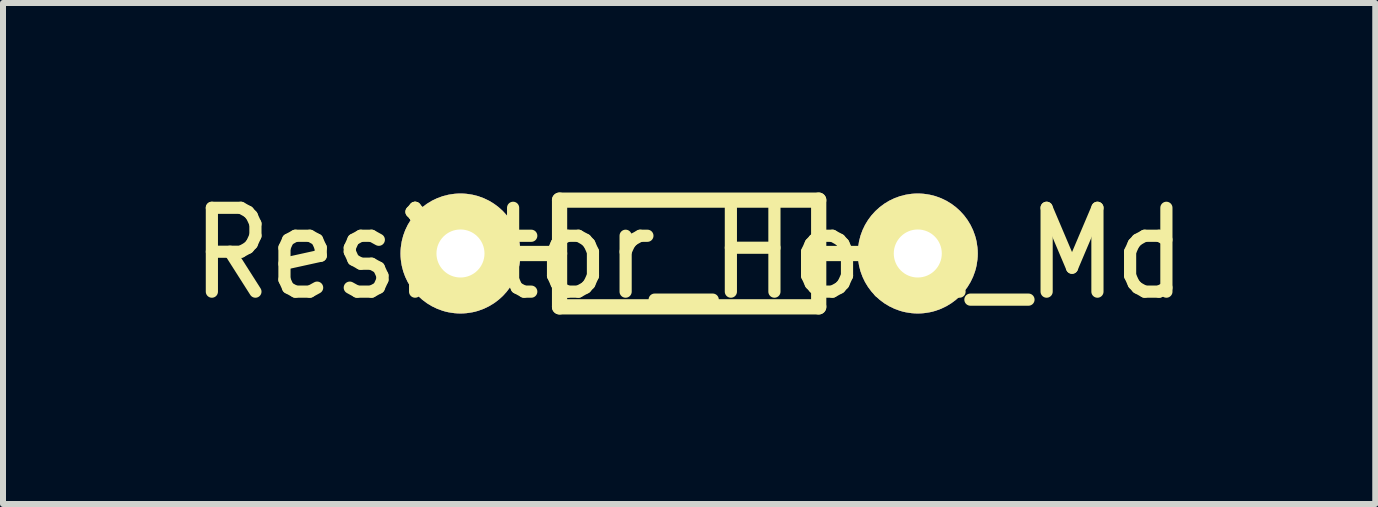
<source format=kicad_pcb>
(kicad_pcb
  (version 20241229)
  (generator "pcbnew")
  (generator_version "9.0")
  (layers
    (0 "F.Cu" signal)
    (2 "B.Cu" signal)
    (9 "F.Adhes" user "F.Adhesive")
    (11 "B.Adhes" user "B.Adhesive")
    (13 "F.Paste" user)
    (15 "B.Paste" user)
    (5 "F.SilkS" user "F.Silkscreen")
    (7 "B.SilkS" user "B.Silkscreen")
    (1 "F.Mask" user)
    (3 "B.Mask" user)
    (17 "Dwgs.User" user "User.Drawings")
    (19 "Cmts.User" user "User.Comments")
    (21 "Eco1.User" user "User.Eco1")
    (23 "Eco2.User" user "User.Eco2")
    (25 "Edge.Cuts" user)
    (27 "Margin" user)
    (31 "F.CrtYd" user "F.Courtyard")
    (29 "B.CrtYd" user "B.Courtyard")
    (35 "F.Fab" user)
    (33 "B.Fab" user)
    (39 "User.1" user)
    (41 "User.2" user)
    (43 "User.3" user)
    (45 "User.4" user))
  (footprint "Resistor_Horz_Md"
    (layer "F.Cu")
    (at 8.433 1.174)
    (property "Reference" "Resistor_Horz_Md" (at 0 0 0) (layer "F.SilkS") (effects (font (size 1.397 1.27) (thickness 0.203))))
    (attr through_hole)
    (fp_line (start -2.159 -0.889) (end -2.159 0.889) (stroke (width 0.254) (type solid)) (layer "F.SilkS"))
    (fp_line (start -2.159 0) (end -3.81 0) (stroke (width 0.254) (type solid)) (layer "F.SilkS"))
    (fp_line (start -2.159 0.889) (end 2.159 0.889) (stroke (width 0.254) (type solid)) (layer "F.SilkS"))
    (fp_line (start 2.159 -0.889) (end -2.159 -0.889) (stroke (width 0.254) (type solid)) (layer "F.SilkS"))
    (fp_line (start 2.159 0) (end 3.81 0) (stroke (width 0.254) (type solid)) (layer "F.SilkS"))
    (fp_line (start 2.159 0.889) (end 2.159 -0.889) (stroke (width 0.254) (type solid)) (layer "F.SilkS"))
    (pad "1" thru_hole circle (at -3.81 0) (size 1.999 1.999) (drill 0.8) (layers "*.Cu" "*.Mask" "F.SilkS"))
    (pad "2" thru_hole circle (at 3.81 0) (size 1.999 1.999) (drill 0.8) (layers "*.Cu" "*.Mask" "F.SilkS")))
  (gr_rect
    (start -3 -3)
    (end 19.866 5.348)
    (stroke (width 0.1) (type default))
    (fill no)
    (layer "Edge.Cuts")))
</source>
